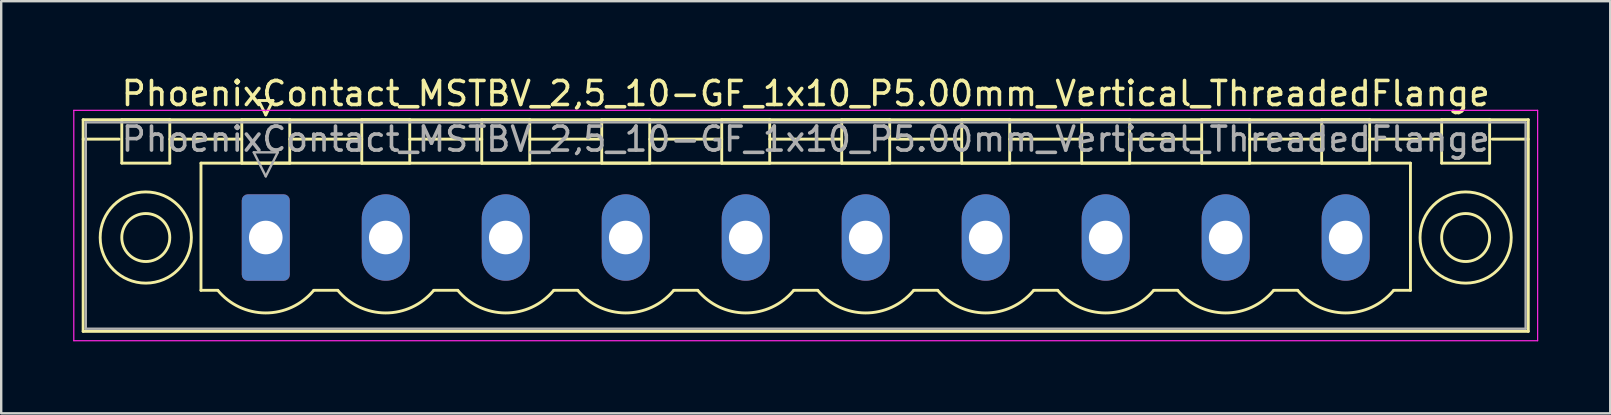
<source format=kicad_pcb>
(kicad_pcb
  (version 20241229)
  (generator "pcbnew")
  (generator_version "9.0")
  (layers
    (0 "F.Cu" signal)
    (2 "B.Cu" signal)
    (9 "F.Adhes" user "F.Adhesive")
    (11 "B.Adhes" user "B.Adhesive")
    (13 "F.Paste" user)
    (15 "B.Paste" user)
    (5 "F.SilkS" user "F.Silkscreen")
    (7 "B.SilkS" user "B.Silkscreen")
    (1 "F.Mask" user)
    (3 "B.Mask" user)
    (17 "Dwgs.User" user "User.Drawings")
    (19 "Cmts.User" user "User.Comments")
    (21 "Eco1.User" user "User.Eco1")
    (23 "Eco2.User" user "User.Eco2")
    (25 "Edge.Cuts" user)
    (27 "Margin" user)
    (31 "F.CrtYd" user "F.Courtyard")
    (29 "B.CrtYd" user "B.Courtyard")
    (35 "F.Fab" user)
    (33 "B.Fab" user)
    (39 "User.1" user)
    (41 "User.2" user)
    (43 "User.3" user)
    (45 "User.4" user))
  (footprint "PhoenixContact_MSTBV_2,5_10-GF_1x10_P5.00mm_Vertical_ThreadedFlange"
    (layer "F.Cu")
    (at 8.025 6.848)
    (property "Reference" "PhoenixContact_MSTBV_2,5_10-GF_1x10_P5.00mm_Vertical_ThreadedFlange" (at 22.5 -6 0) (layer "F.SilkS") (effects (font (size 1 1) (thickness 0.15))))
    (attr through_hole)
    (fp_line (start -7.61 -4.91) (end -7.61 3.91) (stroke (width 0.12) (type solid)) (layer "F.SilkS"))
    (fp_line (start -7.61 -4.1) (end -6.11 -4.1) (stroke (width 0.12) (type solid)) (layer "F.SilkS"))
    (fp_line (start -7.61 3.91) (end 52.61 3.91) (stroke (width 0.12) (type solid)) (layer "F.SilkS"))
    (fp_line (start -6 -4.91) (end -4 -4.91) (stroke (width 0.12) (type solid)) (layer "F.SilkS"))
    (fp_line (start -6 -3.1) (end -6 -4.91) (stroke (width 0.12) (type solid)) (layer "F.SilkS"))
    (fp_line (start -4 -4.91) (end -4 -3.1) (stroke (width 0.12) (type solid)) (layer "F.SilkS"))
    (fp_line (start -4 -4.1) (end -1 -4.1) (stroke (width 0.12) (type solid)) (layer "F.SilkS"))
    (fp_line (start -4 -3.1) (end -6 -3.1) (stroke (width 0.12) (type solid)) (layer "F.SilkS"))
    (fp_line (start -2.7 -3.1) (end 47.7 -3.1) (stroke (width 0.12) (type solid)) (layer "F.SilkS"))
    (fp_line (start -2.7 2.2) (end -2.7 -3.1) (stroke (width 0.12) (type solid)) (layer "F.SilkS"))
    (fp_line (start -2 2.2) (end -2.7 2.2) (stroke (width 0.12) (type solid)) (layer "F.SilkS"))
    (fp_line (start -1 -4.91) (end 1 -4.91) (stroke (width 0.12) (type solid)) (layer "F.SilkS"))
    (fp_line (start -1 -3.1) (end -1 -4.91) (stroke (width 0.12) (type solid)) (layer "F.SilkS"))
    (fp_line (start -0.3 -5.71) (end 0.3 -5.71) (stroke (width 0.12) (type solid)) (layer "F.SilkS"))
    (fp_line (start 0 -5.11) (end -0.3 -5.71) (stroke (width 0.12) (type solid)) (layer "F.SilkS"))
    (fp_line (start 0.3 -5.71) (end 0 -5.11) (stroke (width 0.12) (type solid)) (layer "F.SilkS"))
    (fp_line (start 1 -4.91) (end 1 -3.1) (stroke (width 0.12) (type solid)) (layer "F.SilkS"))
    (fp_line (start 1 -4.1) (end 4 -4.1) (stroke (width 0.12) (type solid)) (layer "F.SilkS"))
    (fp_line (start 1 -3.1) (end -1 -3.1) (stroke (width 0.12) (type solid)) (layer "F.SilkS"))
    (fp_line (start 2 2.2) (end 3 2.2) (stroke (width 0.12) (type solid)) (layer "F.SilkS"))
    (fp_line (start 4 -4.91) (end 6 -4.91) (stroke (width 0.12) (type solid)) (layer "F.SilkS"))
    (fp_line (start 4 -3.1) (end 4 -4.91) (stroke (width 0.12) (type solid)) (layer "F.SilkS"))
    (fp_line (start 6 -4.91) (end 6 -3.1) (stroke (width 0.12) (type solid)) (layer "F.SilkS"))
    (fp_line (start 6 -4.1) (end 9 -4.1) (stroke (width 0.12) (type solid)) (layer "F.SilkS"))
    (fp_line (start 6 -3.1) (end 4 -3.1) (stroke (width 0.12) (type solid)) (layer "F.SilkS"))
    (fp_line (start 7 2.2) (end 8 2.2) (stroke (width 0.12) (type solid)) (layer "F.SilkS"))
    (fp_line (start 9 -4.91) (end 11 -4.91) (stroke (width 0.12) (type solid)) (layer "F.SilkS"))
    (fp_line (start 9 -3.1) (end 9 -4.91) (stroke (width 0.12) (type solid)) (layer "F.SilkS"))
    (fp_line (start 11 -4.91) (end 11 -3.1) (stroke (width 0.12) (type solid)) (layer "F.SilkS"))
    (fp_line (start 11 -4.1) (end 14 -4.1) (stroke (width 0.12) (type solid)) (layer "F.SilkS"))
    (fp_line (start 11 -3.1) (end 9 -3.1) (stroke (width 0.12) (type solid)) (layer "F.SilkS"))
    (fp_line (start 12 2.2) (end 13 2.2) (stroke (width 0.12) (type solid)) (layer "F.SilkS"))
    (fp_line (start 14 -4.91) (end 16 -4.91) (stroke (width 0.12) (type solid)) (layer "F.SilkS"))
    (fp_line (start 14 -3.1) (end 14 -4.91) (stroke (width 0.12) (type solid)) (layer "F.SilkS"))
    (fp_line (start 16 -4.91) (end 16 -3.1) (stroke (width 0.12) (type solid)) (layer "F.SilkS"))
    (fp_line (start 16 -4.1) (end 19 -4.1) (stroke (width 0.12) (type solid)) (layer "F.SilkS"))
    (fp_line (start 16 -3.1) (end 14 -3.1) (stroke (width 0.12) (type solid)) (layer "F.SilkS"))
    (fp_line (start 17 2.2) (end 18 2.2) (stroke (width 0.12) (type solid)) (layer "F.SilkS"))
    (fp_line (start 19 -4.91) (end 21 -4.91) (stroke (width 0.12) (type solid)) (layer "F.SilkS"))
    (fp_line (start 19 -3.1) (end 19 -4.91) (stroke (width 0.12) (type solid)) (layer "F.SilkS"))
    (fp_line (start 21 -4.91) (end 21 -3.1) (stroke (width 0.12) (type solid)) (layer "F.SilkS"))
    (fp_line (start 21 -4.1) (end 24 -4.1) (stroke (width 0.12) (type solid)) (layer "F.SilkS"))
    (fp_line (start 21 -3.1) (end 19 -3.1) (stroke (width 0.12) (type solid)) (layer "F.SilkS"))
    (fp_line (start 22 2.2) (end 23 2.2) (stroke (width 0.12) (type solid)) (layer "F.SilkS"))
    (fp_line (start 24 -4.91) (end 26 -4.91) (stroke (width 0.12) (type solid)) (layer "F.SilkS"))
    (fp_line (start 24 -3.1) (end 24 -4.91) (stroke (width 0.12) (type solid)) (layer "F.SilkS"))
    (fp_line (start 26 -4.91) (end 26 -3.1) (stroke (width 0.12) (type solid)) (layer "F.SilkS"))
    (fp_line (start 26 -4.1) (end 29 -4.1) (stroke (width 0.12) (type solid)) (layer "F.SilkS"))
    (fp_line (start 26 -3.1) (end 24 -3.1) (stroke (width 0.12) (type solid)) (layer "F.SilkS"))
    (fp_line (start 27 2.2) (end 28 2.2) (stroke (width 0.12) (type solid)) (layer "F.SilkS"))
    (fp_line (start 29 -4.91) (end 31 -4.91) (stroke (width 0.12) (type solid)) (layer "F.SilkS"))
    (fp_line (start 29 -3.1) (end 29 -4.91) (stroke (width 0.12) (type solid)) (layer "F.SilkS"))
    (fp_line (start 31 -4.91) (end 31 -3.1) (stroke (width 0.12) (type solid)) (layer "F.SilkS"))
    (fp_line (start 31 -4.1) (end 34 -4.1) (stroke (width 0.12) (type solid)) (layer "F.SilkS"))
    (fp_line (start 31 -3.1) (end 29 -3.1) (stroke (width 0.12) (type solid)) (layer "F.SilkS"))
    (fp_line (start 32 2.2) (end 33 2.2) (stroke (width 0.12) (type solid)) (layer "F.SilkS"))
    (fp_line (start 34 -4.91) (end 36 -4.91) (stroke (width 0.12) (type solid)) (layer "F.SilkS"))
    (fp_line (start 34 -3.1) (end 34 -4.91) (stroke (width 0.12) (type solid)) (layer "F.SilkS"))
    (fp_line (start 36 -4.91) (end 36 -3.1) (stroke (width 0.12) (type solid)) (layer "F.SilkS"))
    (fp_line (start 36 -4.1) (end 39 -4.1) (stroke (width 0.12) (type solid)) (layer "F.SilkS"))
    (fp_line (start 36 -3.1) (end 34 -3.1) (stroke (width 0.12) (type solid)) (layer "F.SilkS"))
    (fp_line (start 37 2.2) (end 38 2.2) (stroke (width 0.12) (type solid)) (layer "F.SilkS"))
    (fp_line (start 39 -4.91) (end 41 -4.91) (stroke (width 0.12) (type solid)) (layer "F.SilkS"))
    (fp_line (start 39 -3.1) (end 39 -4.91) (stroke (width 0.12) (type solid)) (layer "F.SilkS"))
    (fp_line (start 41 -4.91) (end 41 -3.1) (stroke (width 0.12) (type solid)) (layer "F.SilkS"))
    (fp_line (start 41 -4.1) (end 44 -4.1) (stroke (width 0.12) (type solid)) (layer "F.SilkS"))
    (fp_line (start 41 -3.1) (end 39 -3.1) (stroke (width 0.12) (type solid)) (layer "F.SilkS"))
    (fp_line (start 42 2.2) (end 43 2.2) (stroke (width 0.12) (type solid)) (layer "F.SilkS"))
    (fp_line (start 44 -4.91) (end 46 -4.91) (stroke (width 0.12) (type solid)) (layer "F.SilkS"))
    (fp_line (start 44 -3.1) (end 44 -4.91) (stroke (width 0.12) (type solid)) (layer "F.SilkS"))
    (fp_line (start 46 -4.91) (end 46 -3.1) (stroke (width 0.12) (type solid)) (layer "F.SilkS"))
    (fp_line (start 46 -4.1) (end 49 -4.1) (stroke (width 0.12) (type solid)) (layer "F.SilkS"))
    (fp_line (start 46 -3.1) (end 44 -3.1) (stroke (width 0.12) (type solid)) (layer "F.SilkS"))
    (fp_line (start 47.7 -3.1) (end 47.7 2.2) (stroke (width 0.12) (type solid)) (layer "F.SilkS"))
    (fp_line (start 47.7 2.2) (end 47 2.2) (stroke (width 0.12) (type solid)) (layer "F.SilkS"))
    (fp_line (start 49 -4.91) (end 51 -4.91) (stroke (width 0.12) (type solid)) (layer "F.SilkS"))
    (fp_line (start 49 -3.1) (end 49 -4.91) (stroke (width 0.12) (type solid)) (layer "F.SilkS"))
    (fp_line (start 51 -4.91) (end 51 -3.1) (stroke (width 0.12) (type solid)) (layer "F.SilkS"))
    (fp_line (start 51 -3.1) (end 49 -3.1) (stroke (width 0.12) (type solid)) (layer "F.SilkS"))
    (fp_line (start 52.61 -4.91) (end -7.61 -4.91) (stroke (width 0.12) (type solid)) (layer "F.SilkS"))
    (fp_line (start 52.61 -4.1) (end 51.11 -4.1) (stroke (width 0.12) (type solid)) (layer "F.SilkS"))
    (fp_line (start 52.61 3.91) (end 52.61 -4.91) (stroke (width 0.12) (type solid)) (layer "F.SilkS"))
    (fp_arc (start 1.986842 2.215821) (mid -0.010289 3.142758) (end -2 2.2) (stroke (width 0.12) (type solid)) (layer "F.SilkS"))
    (fp_arc (start 6.986842 2.215821) (mid 4.989711 3.142758) (end 3 2.2) (stroke (width 0.12) (type solid)) (layer "F.SilkS"))
    (fp_arc (start 11.986842 2.215821) (mid 9.989711 3.142758) (end 8 2.2) (stroke (width 0.12) (type solid)) (layer "F.SilkS"))
    (fp_arc (start 16.986842 2.215821) (mid 14.989711 3.142758) (end 13 2.2) (stroke (width 0.12) (type solid)) (layer "F.SilkS"))
    (fp_arc (start 21.986842 2.215821) (mid 19.989711 3.142758) (end 18 2.2) (stroke (width 0.12) (type solid)) (layer "F.SilkS"))
    (fp_arc (start 26.986842 2.215821) (mid 24.989711 3.142758) (end 23 2.2) (stroke (width 0.12) (type solid)) (layer "F.SilkS"))
    (fp_arc (start 31.986842 2.215821) (mid 29.989711 3.142758) (end 28 2.2) (stroke (width 0.12) (type solid)) (layer "F.SilkS"))
    (fp_arc (start 36.986842 2.215821) (mid 34.989711 3.142758) (end 33 2.2) (stroke (width 0.12) (type solid)) (layer "F.SilkS"))
    (fp_arc (start 41.986842 2.215821) (mid 39.989711 3.142758) (end 38 2.2) (stroke (width 0.12) (type solid)) (layer "F.SilkS"))
    (fp_arc (start 46.986842 2.215821) (mid 44.989711 3.142758) (end 43 2.2) (stroke (width 0.12) (type solid)) (layer "F.SilkS"))
    (fp_circle (center -5 0) (end -4 0) (stroke (width 0.12) (type solid)) (fill no) (layer "F.SilkS"))
    (fp_circle (center -5 0) (end -3.1 0) (stroke (width 0.12) (type solid)) (fill no) (layer "F.SilkS"))
    (fp_circle (center 50 0) (end 51 0) (stroke (width 0.12) (type solid)) (fill no) (layer "F.SilkS"))
    (fp_circle (center 50 0) (end 51.9 0) (stroke (width 0.12) (type solid)) (fill no) (layer "F.SilkS"))
    (fp_line (start -8 -5.3) (end -8 4.3) (stroke (width 0.05) (type solid)) (layer "F.CrtYd"))
    (fp_line (start -8 4.3) (end 53 4.3) (stroke (width 0.05) (type solid)) (layer "F.CrtYd"))
    (fp_line (start 53 -5.3) (end -8 -5.3) (stroke (width 0.05) (type solid)) (layer "F.CrtYd"))
    (fp_line (start 53 4.3) (end 53 -5.3) (stroke (width 0.05) (type solid)) (layer "F.CrtYd"))
    (fp_line (start -7.5 -4.8) (end -7.5 3.8) (stroke (width 0.1) (type solid)) (layer "F.Fab"))
    (fp_line (start -7.5 3.8) (end 52.5 3.8) (stroke (width 0.1) (type solid)) (layer "F.Fab"))
    (fp_line (start -0.5 -3.55) (end 0.5 -3.55) (stroke (width 0.1) (type solid)) (layer "F.Fab"))
    (fp_line (start 0 -2.55) (end -0.5 -3.55) (stroke (width 0.1) (type solid)) (layer "F.Fab"))
    (fp_line (start 0.5 -3.55) (end 0 -2.55) (stroke (width 0.1) (type solid)) (layer "F.Fab"))
    (fp_line (start 52.5 -4.8) (end -7.5 -4.8) (stroke (width 0.1) (type solid)) (layer "F.Fab"))
    (fp_line (start 52.5 3.8) (end 52.5 -4.8) (stroke (width 0.1) (type solid)) (layer "F.Fab"))
    (fp_text user "${REFERENCE}" (at 22.5 -4.1 0) (layer "F.Fab") (effects (font (size 1 1) (thickness 0.15))))
    (pad "1" thru_hole roundrect (at 0 0) (size 2 3.6) (drill 1.4) (layers "*.Cu" "*.Mask") (roundrect_rratio 0.125))
    (pad "2" thru_hole oval (at 5 0) (size 2 3.6) (drill 1.4) (layers "*.Cu" "*.Mask"))
    (pad "3" thru_hole oval (at 10 0) (size 2 3.6) (drill 1.4) (layers "*.Cu" "*.Mask"))
    (pad "4" thru_hole oval (at 15 0) (size 2 3.6) (drill 1.4) (layers "*.Cu" "*.Mask"))
    (pad "5" thru_hole oval (at 20 0) (size 2 3.6) (drill 1.4) (layers "*.Cu" "*.Mask"))
    (pad "6" thru_hole oval (at 25 0) (size 2 3.6) (drill 1.4) (layers "*.Cu" "*.Mask"))
    (pad "7" thru_hole oval (at 30 0) (size 2 3.6) (drill 1.4) (layers "*.Cu" "*.Mask"))
    (pad "8" thru_hole oval (at 35 0) (size 2 3.6) (drill 1.4) (layers "*.Cu" "*.Mask"))
    (pad "9" thru_hole oval (at 40 0) (size 2 3.6) (drill 1.4) (layers "*.Cu" "*.Mask"))
    (pad "10" thru_hole oval (at 45 0) (size 2 3.6) (drill 1.4) (layers "*.Cu" "*.Mask")))
  (gr_rect
    (start -3 -3)
    (end 64.05 14.173)
    (stroke (width 0.1) (type default))
    (fill no)
    (layer "Edge.Cuts")))
</source>
